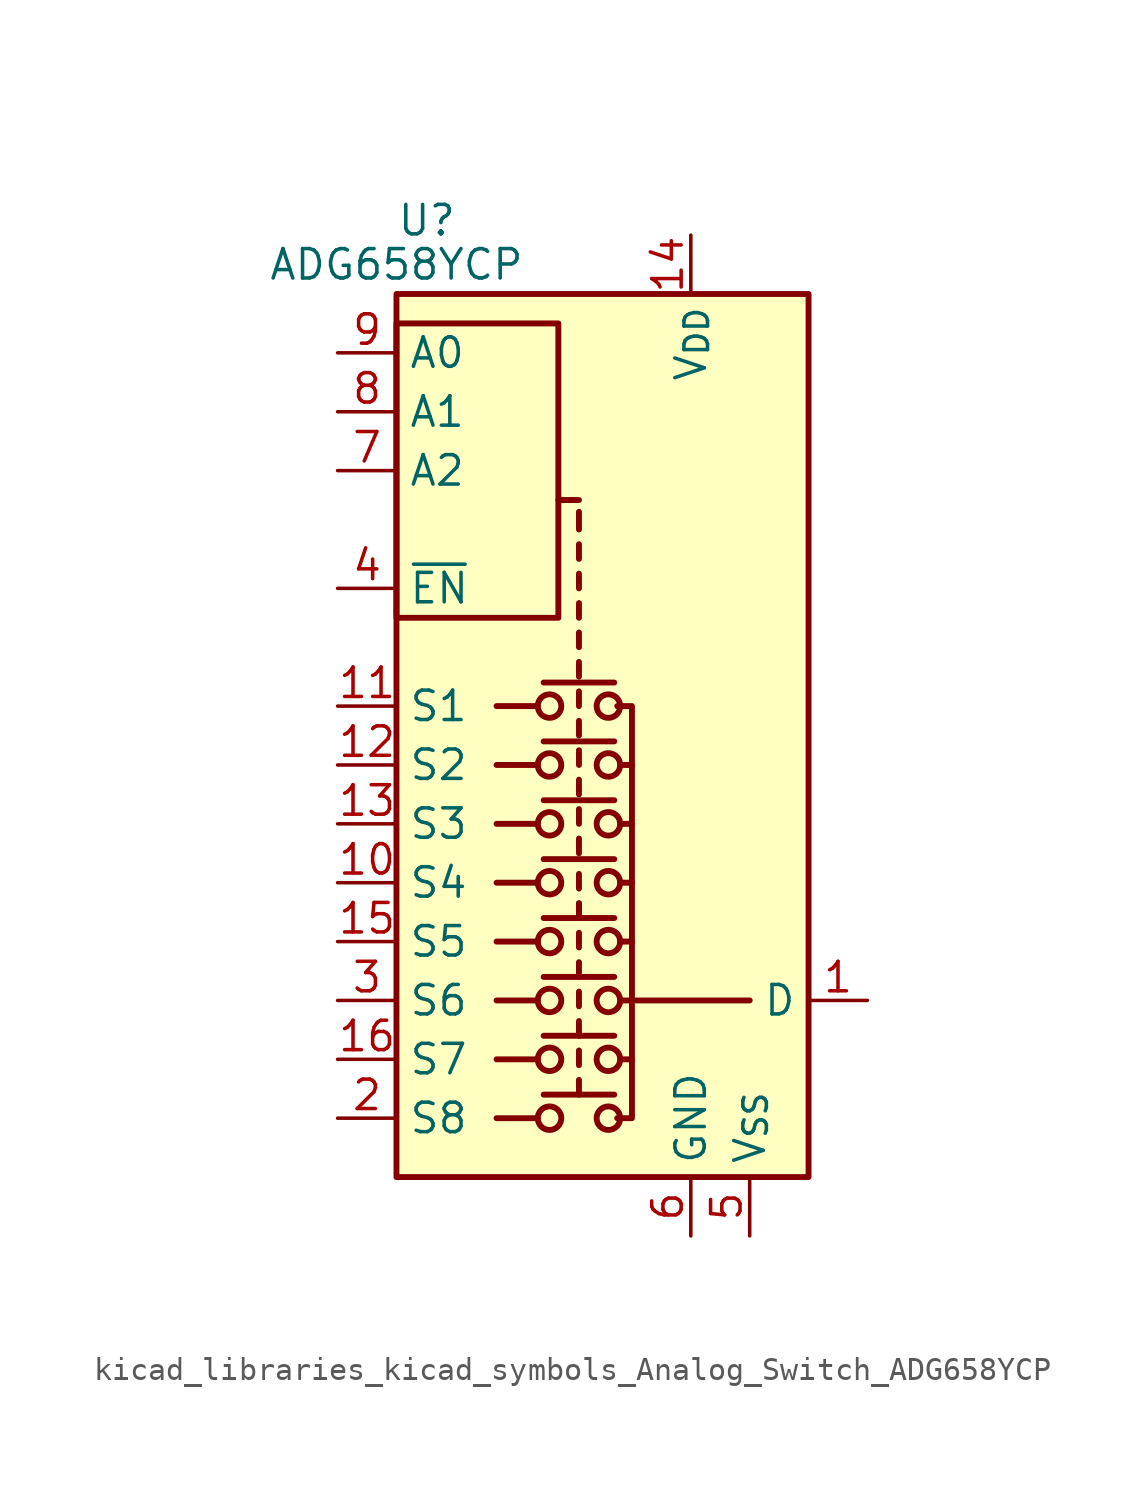
<source format=kicad_sym>
(kicad_symbol_lib
  (version 20220914)
  (generator kicad_symbol_editor)
  (symbol "kicad_libraries_kicad_symbols_Analog_Switch_ADG658YCP"
    (property "Reference" "U"
      (at -7.62 23.495 0)
      (effects (font (size 1.27 1.27)) (justify left)))
    (property "Value" "ADG658YCP"
      (at -7.62 21.59 0)
      (effects (font (size 1.27 1.27))))
    (symbol "kicad_libraries_kicad_symbols_Analog_Switch_ADG658YCP_0_0"
      (pin power_in line (at 5.08 -20.32 90) (length 2.54) (name "GND" (effects (font (size 1.27 1.27)))) (number "6" (effects (font (size 1.27 1.27))))))
    (symbol "kicad_libraries_kicad_symbols_Analog_Switch_ADG658YCP_0_1"
      (rectangle (start -7.62 6.35) (end -0.635 19.05) (stroke (width 0.254) (type default)) (fill (type none)))
      (rectangle (start -7.62 20.32) (end 10.16 -17.78) (stroke (width 0.254) (type default)) (fill (type background)))
      (circle (center -1.016 -15.24) (radius 0.508) (stroke (width 0.254) (type default)) (fill (type none)))
      (circle (center -1.016 -12.7) (radius 0.508) (stroke (width 0.254) (type default)) (fill (type none)))
      (circle (center -1.016 -10.16) (radius 0.508) (stroke (width 0.254) (type default)) (fill (type none)))
      (circle (center -1.016 -7.62) (radius 0.508) (stroke (width 0.254) (type default)) (fill (type none)))
      (circle (center -1.016 -5.08) (radius 0.508) (stroke (width 0.254) (type default)) (fill (type none)))
      (circle (center -1.016 -2.54) (radius 0.508) (stroke (width 0.254) (type default)) (fill (type none)))
      (circle (center -1.016 0) (radius 0.508) (stroke (width 0.254) (type default)) (fill (type none)))
      (circle (center -1.016 2.54) (radius 0.508) (stroke (width 0.254) (type default)) (fill (type none)))
      (polyline (pts (xy -1.524 -15.24) (xy -3.302 -15.24)) (stroke (width 0.254) (type default)) (fill (type none)))
      (polyline (pts (xy -1.524 -12.7) (xy -3.302 -12.7)) (stroke (width 0.254) (type default)) (fill (type none)))
      (polyline (pts (xy -1.524 -10.16) (xy -3.302 -10.16)) (stroke (width 0.254) (type default)) (fill (type none)))
      (polyline (pts (xy -1.524 -7.62) (xy -3.302 -7.62)) (stroke (width 0.254) (type default)) (fill (type none)))
      (polyline (pts (xy -1.524 -5.08) (xy -3.302 -5.08)) (stroke (width 0.254) (type default)) (fill (type none)))
      (polyline (pts (xy -1.524 -2.54) (xy -3.302 -2.54)) (stroke (width 0.254) (type default)) (fill (type none)))
      (polyline (pts (xy -1.524 0) (xy -3.302 0)) (stroke (width 0.254) (type default)) (fill (type none)))
      (polyline (pts (xy -1.524 2.54) (xy -3.302 2.54)) (stroke (width 0.254) (type default)) (fill (type none)))
      (polyline (pts (xy -1.27 -14.224) (xy 1.778 -14.224)) (stroke (width 0.254) (type default)) (fill (type none)))
      (polyline (pts (xy -1.27 -11.684) (xy 1.778 -11.684)) (stroke (width 0.254) (type default)) (fill (type none)))
      (polyline (pts (xy -1.27 -9.144) (xy 1.778 -9.144)) (stroke (width 0.254) (type default)) (fill (type none)))
      (polyline (pts (xy -1.27 -6.604) (xy 1.778 -6.604)) (stroke (width 0.254) (type default)) (fill (type none)))
      (polyline (pts (xy -1.27 -4.064) (xy 1.778 -4.064)) (stroke (width 0.254) (type default)) (fill (type none)))
      (polyline (pts (xy -1.27 -1.524) (xy 1.778 -1.524)) (stroke (width 0.254) (type default)) (fill (type none)))
      (polyline (pts (xy -1.27 1.016) (xy 1.778 1.016)) (stroke (width 0.254) (type default)) (fill (type none)))
      (polyline (pts (xy -1.27 3.556) (xy 1.778 3.556)) (stroke (width 0.254) (type default)) (fill (type none)))
      (polyline (pts (xy -0.635 11.43) (xy 0 11.43)) (stroke (width 0.254) (type default)) (fill (type none)))
      (polyline (pts (xy 0.254 -14.224) (xy 0.254 -13.589)) (stroke (width 0.254) (type default)) (fill (type none)))
      (polyline (pts (xy 0.254 -12.954) (xy 0.254 -12.319)) (stroke (width 0.254) (type default)) (fill (type none)))
      (polyline (pts (xy 0.254 -11.684) (xy 0.254 -11.049)) (stroke (width 0.254) (type default)) (fill (type none)))
      (polyline (pts (xy 0.254 -10.414) (xy 0.254 -9.779)) (stroke (width 0.254) (type default)) (fill (type none)))
      (polyline (pts (xy 0.254 -9.144) (xy 0.254 -8.509)) (stroke (width 0.254) (type default)) (fill (type none)))
      (polyline (pts (xy 0.254 -7.874) (xy 0.254 -7.239)) (stroke (width 0.254) (type default)) (fill (type none)))
      (polyline (pts (xy 0.254 -6.604) (xy 0.254 -5.969)) (stroke (width 0.254) (type default)) (fill (type none)))
      (polyline (pts (xy 0.254 -6.604) (xy 0.254 -5.969)) (stroke (width 0.254) (type default)) (fill (type none)))
      (polyline (pts (xy 0.254 -5.334) (xy 0.254 -4.699)) (stroke (width 0.254) (type default)) (fill (type none)))
      (polyline (pts (xy 0.254 -3.81) (xy 0.254 -3.175)) (stroke (width 0.254) (type default)) (fill (type none)))
      (polyline (pts (xy 0.254 -2.54) (xy 0.254 -1.905)) (stroke (width 0.254) (type default)) (fill (type none)))
      (polyline (pts (xy 0.254 -1.27) (xy 0.254 -0.635)) (stroke (width 0.254) (type default)) (fill (type none)))
      (polyline (pts (xy 0.254 0) (xy 0.254 0.635)) (stroke (width 0.254) (type default)) (fill (type none)))
      (polyline (pts (xy 0.254 1.27) (xy 0.254 1.905)) (stroke (width 0.254) (type default)) (fill (type none)))
      (polyline (pts (xy 0.254 2.54) (xy 0.254 3.175)) (stroke (width 0.254) (type default)) (fill (type none)))
      (polyline (pts (xy 0.254 3.81) (xy 0.254 4.445)) (stroke (width 0.254) (type default)) (fill (type none)))
      (polyline (pts (xy 0.254 5.08) (xy 0.254 5.715)) (stroke (width 0.254) (type default)) (fill (type none)))
      (polyline (pts (xy 0.254 6.35) (xy 0.254 6.985)) (stroke (width 0.254) (type default)) (fill (type none)))
      (polyline (pts (xy 0.254 7.62) (xy 0.254 8.255)) (stroke (width 0.254) (type default)) (fill (type none)))
      (polyline (pts (xy 0.254 8.89) (xy 0.254 9.525)) (stroke (width 0.254) (type default)) (fill (type none)))
      (polyline (pts (xy 0.254 10.16) (xy 0.254 10.922)) (stroke (width 0.254) (type default)) (fill (type none)))
      (polyline (pts (xy 0.254 11.43) (xy 0 11.43)) (stroke (width 0.254) (type default)) (fill (type none)))
      (polyline (pts (xy 2.032 -12.7) (xy 2.54 -12.7)) (stroke (width 0.254) (type default)) (fill (type none)))
      (polyline (pts (xy 2.032 -10.16) (xy 2.54 -10.16)) (stroke (width 0.254) (type default)) (fill (type none)))
      (polyline (pts (xy 2.032 -7.62) (xy 2.54 -7.62)) (stroke (width 0.254) (type default)) (fill (type none)))
      (polyline (pts (xy 2.032 -5.08) (xy 2.54 -5.08)) (stroke (width 0.254) (type default)) (fill (type none)))
      (polyline (pts (xy 2.032 -2.54) (xy 2.54 -2.54)) (stroke (width 0.254) (type default)) (fill (type none)))
      (polyline (pts (xy 2.032 0) (xy 2.54 0)) (stroke (width 0.254) (type default)) (fill (type none)))
      (polyline (pts (xy 2.54 -10.16) (xy 7.62 -10.16)) (stroke (width 0.254) (type default)) (fill (type none)))
      (polyline (pts (xy 1.905 2.54) (xy 2.54 2.54) (xy 2.54 -15.24) (xy 1.905 -15.24)) (stroke (width 0.254) (type default)) (fill (type none)))
      (circle (center 1.524 -15.24) (radius 0.508) (stroke (width 0.254) (type default)) (fill (type none)))
      (circle (center 1.524 -12.7) (radius 0.508) (stroke (width 0.254) (type default)) (fill (type none)))
      (circle (center 1.524 -10.16) (radius 0.508) (stroke (width 0.254) (type default)) (fill (type none)))
      (circle (center 1.524 -7.62) (radius 0.508) (stroke (width 0.254) (type default)) (fill (type none)))
      (circle (center 1.524 -5.08) (radius 0.508) (stroke (width 0.254) (type default)) (fill (type none)))
      (circle (center 1.524 -2.54) (radius 0.508) (stroke (width 0.254) (type default)) (fill (type none)))
      (circle (center 1.524 0) (radius 0.508) (stroke (width 0.254) (type default)) (fill (type none)))
      (circle (center 1.524 2.54) (radius 0.508) (stroke (width 0.254) (type default)) (fill (type none))))
    (symbol "kicad_libraries_kicad_symbols_Analog_Switch_ADG658YCP_1_1"
      (pin bidirectional line (at 12.7 -10.16 180) (length 2.54) (name "D" (effects (font (size 1.27 1.27)))) (number "1" (effects (font (size 1.27 1.27)))))
      (pin bidirectional line (at -10.16 -5.08 0) (length 2.54) (name "S4" (effects (font (size 1.27 1.27)))) (number "10" (effects (font (size 1.27 1.27)))))
      (pin bidirectional line (at -10.16 2.54 0) (length 2.54) (name "S1" (effects (font (size 1.27 1.27)))) (number "11" (effects (font (size 1.27 1.27)))))
      (pin bidirectional line (at -10.16 0 0) (length 2.54) (name "S2" (effects (font (size 1.27 1.27)))) (number "12" (effects (font (size 1.27 1.27)))))
      (pin bidirectional line (at -10.16 -2.54 0) (length 2.54) (name "S3" (effects (font (size 1.27 1.27)))) (number "13" (effects (font (size 1.27 1.27)))))
      (pin power_in line (at 5.08 22.86 270) (length 2.54) (name "V_{DD}" (effects (font (size 1.27 1.27)))) (number "14" (effects (font (size 1.27 1.27)))))
      (pin bidirectional line (at -10.16 -7.62 0) (length 2.54) (name "S5" (effects (font (size 1.27 1.27)))) (number "15" (effects (font (size 1.27 1.27)))))
      (pin bidirectional line (at -10.16 -12.7 0) (length 2.54) (name "S7" (effects (font (size 1.27 1.27)))) (number "16" (effects (font (size 1.27 1.27)))))
      (pin no_connect line (at 2.54 -17.78 90) (length 2.54) hide (name "EPAD" (effects (font (size 1.27 1.27)))) (number "17" (effects (font (size 1.27 1.27)))))
      (pin bidirectional line (at -10.16 -15.24 0) (length 2.54) (name "S8" (effects (font (size 1.27 1.27)))) (number "2" (effects (font (size 1.27 1.27)))))
      (pin bidirectional line (at -10.16 -10.16 0) (length 2.54) (name "S6" (effects (font (size 1.27 1.27)))) (number "3" (effects (font (size 1.27 1.27)))))
      (pin input line (at -10.16 7.62 0) (length 2.54) (name "~{EN}" (effects (font (size 1.27 1.27)))) (number "4" (effects (font (size 1.27 1.27)))))
      (pin power_in line (at 7.62 -20.32 90) (length 2.54) (name "V_{SS}" (effects (font (size 1.27 1.27)))) (number "5" (effects (font (size 1.27 1.27)))))
      (pin input line (at -10.16 12.7 0) (length 2.54) (name "A2" (effects (font (size 1.27 1.27)))) (number "7" (effects (font (size 1.27 1.27)))))
      (pin input line (at -10.16 15.24 0) (length 2.54) (name "A1" (effects (font (size 1.27 1.27)))) (number "8" (effects (font (size 1.27 1.27)))))
      (pin input line (at -10.16 17.78 0) (length 2.54) (name "A0" (effects (font (size 1.27 1.27)))) (number "9" (effects (font (size 1.27 1.27))))))))
</source>
